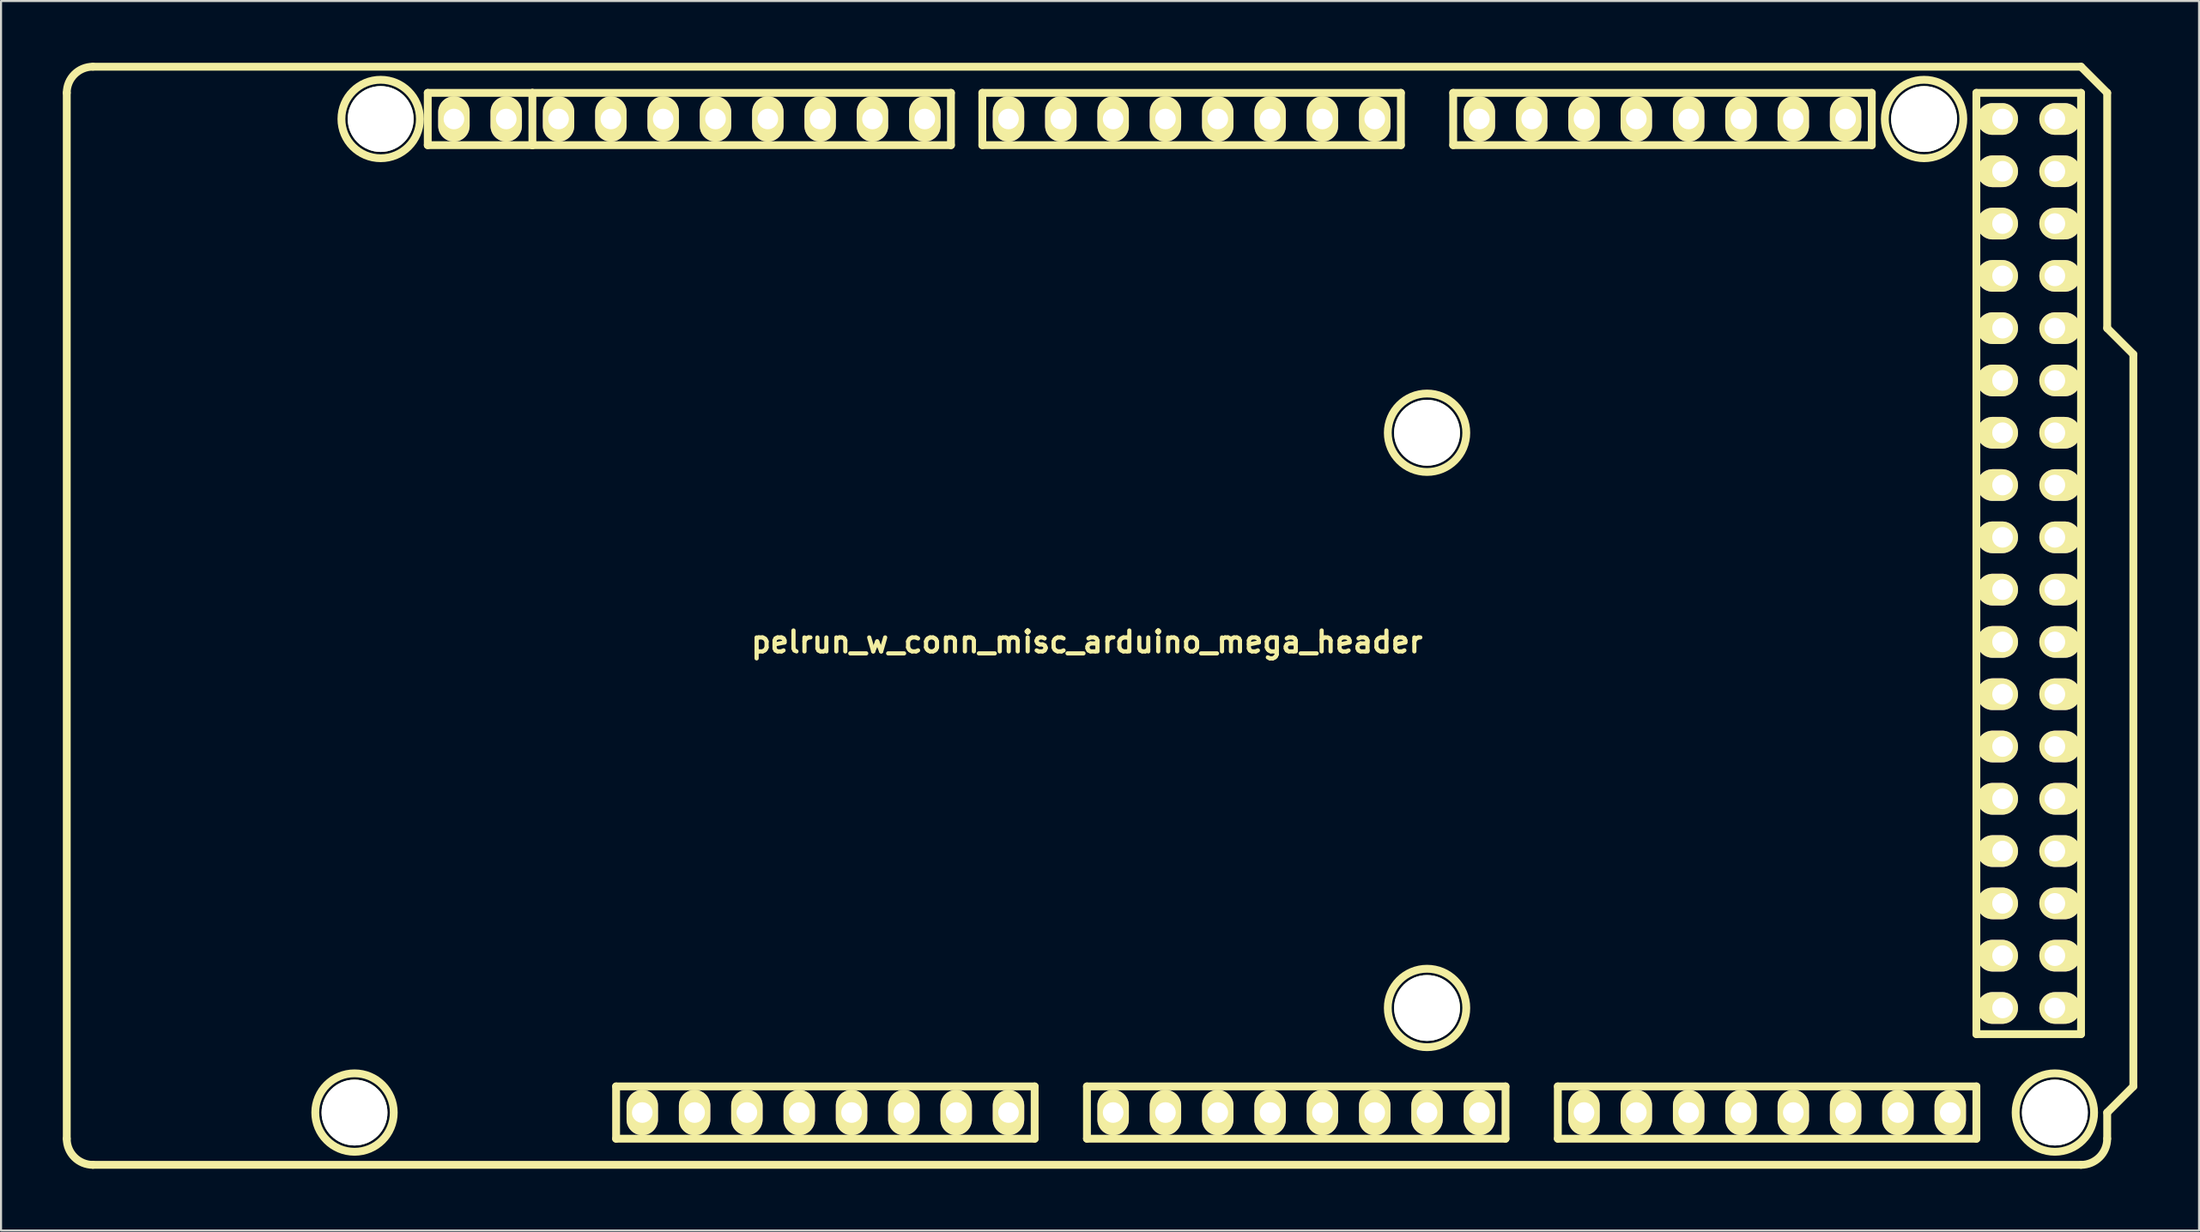
<source format=kicad_pcb>
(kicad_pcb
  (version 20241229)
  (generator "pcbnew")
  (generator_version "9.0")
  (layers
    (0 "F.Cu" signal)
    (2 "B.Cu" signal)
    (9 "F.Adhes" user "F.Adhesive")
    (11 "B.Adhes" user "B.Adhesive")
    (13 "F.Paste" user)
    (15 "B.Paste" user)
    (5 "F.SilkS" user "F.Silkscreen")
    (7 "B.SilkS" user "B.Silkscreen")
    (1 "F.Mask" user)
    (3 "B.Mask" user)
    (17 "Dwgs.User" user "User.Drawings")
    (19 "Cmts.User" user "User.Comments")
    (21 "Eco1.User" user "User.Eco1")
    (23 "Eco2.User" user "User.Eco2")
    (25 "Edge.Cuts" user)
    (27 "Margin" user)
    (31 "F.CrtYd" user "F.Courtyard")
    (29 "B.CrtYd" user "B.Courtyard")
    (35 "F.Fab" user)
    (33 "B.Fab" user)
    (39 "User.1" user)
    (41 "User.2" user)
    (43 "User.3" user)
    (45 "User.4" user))
  (footprint "pelrun_w_conn_misc_arduino_mega_header"
    (layer "F.Cu")
    (at 49.721 26.86)
    (property "Reference" "pelrun_w_conn_misc_arduino_mega_header" (at 0 1.27 0) (layer "F.SilkS") (effects (font (size 1.016 1.016) (thickness 0.203))))
    (attr through_hole)
    (fp_line (start -49.53 25.4) (end -49.53 -25.4) (stroke (width 0.381) (type solid)) (layer "F.SilkS"))
    (fp_line (start -48.26 -26.67) (end 48.26 -26.67) (stroke (width 0.381) (type solid)) (layer "F.SilkS"))
    (fp_line (start -48.26 26.67) (end 48.26 26.67) (stroke (width 0.381) (type solid)) (layer "F.SilkS"))
    (fp_line (start -32.004 -25.4) (end -32.004 -22.86) (stroke (width 0.381) (type solid)) (layer "F.SilkS"))
    (fp_line (start -32.004 -22.86) (end -26.924 -22.86) (stroke (width 0.381) (type solid)) (layer "F.SilkS"))
    (fp_line (start -26.924 -25.4) (end -32.004 -25.4) (stroke (width 0.381) (type solid)) (layer "F.SilkS"))
    (fp_line (start -26.924 -22.86) (end -26.924 -25.4) (stroke (width 0.381) (type solid)) (layer "F.SilkS"))
    (fp_line (start -22.86 25.4) (end -22.86 22.86) (stroke (width 0.381) (type solid)) (layer "F.SilkS"))
    (fp_line (start -22.86 25.4) (end -2.54 25.4) (stroke (width 0.381) (type solid)) (layer "F.SilkS"))
    (fp_line (start -6.604 -25.4) (end -26.924 -25.4) (stroke (width 0.381) (type solid)) (layer "F.SilkS"))
    (fp_line (start -6.604 -22.86) (end -26.924 -22.86) (stroke (width 0.381) (type solid)) (layer "F.SilkS"))
    (fp_line (start -6.604 -22.86) (end -6.604 -25.4) (stroke (width 0.381) (type solid)) (layer "F.SilkS"))
    (fp_line (start -5.08 -25.4) (end 15.24 -25.4) (stroke (width 0.381) (type solid)) (layer "F.SilkS"))
    (fp_line (start -5.08 -22.86) (end -5.08 -25.4) (stroke (width 0.381) (type solid)) (layer "F.SilkS"))
    (fp_line (start -2.54 22.86) (end -22.86 22.86) (stroke (width 0.381) (type solid)) (layer "F.SilkS"))
    (fp_line (start -2.54 22.86) (end -2.54 25.4) (stroke (width 0.381) (type solid)) (layer "F.SilkS"))
    (fp_line (start 0 22.86) (end 0 25.4) (stroke (width 0.381) (type solid)) (layer "F.SilkS"))
    (fp_line (start 0 25.4) (end 20.32 25.4) (stroke (width 0.381) (type solid)) (layer "F.SilkS"))
    (fp_line (start 15.24 -25.4) (end 15.24 -22.86) (stroke (width 0.381) (type solid)) (layer "F.SilkS"))
    (fp_line (start 15.24 -22.86) (end -5.08 -22.86) (stroke (width 0.381) (type solid)) (layer "F.SilkS"))
    (fp_line (start 17.78 -25.4) (end 17.78 -22.86) (stroke (width 0.381) (type solid)) (layer "F.SilkS"))
    (fp_line (start 17.78 -22.86) (end 38.1 -22.86) (stroke (width 0.381) (type solid)) (layer "F.SilkS"))
    (fp_line (start 20.32 22.86) (end 0 22.86) (stroke (width 0.381) (type solid)) (layer "F.SilkS"))
    (fp_line (start 20.32 25.4) (end 20.32 22.86) (stroke (width 0.381) (type solid)) (layer "F.SilkS"))
    (fp_line (start 22.86 22.86) (end 43.18 22.86) (stroke (width 0.381) (type solid)) (layer "F.SilkS"))
    (fp_line (start 22.86 25.4) (end 22.86 22.86) (stroke (width 0.381) (type solid)) (layer "F.SilkS"))
    (fp_line (start 38.1 -25.4) (end 17.78 -25.4) (stroke (width 0.381) (type solid)) (layer "F.SilkS"))
    (fp_line (start 38.1 -22.86) (end 38.1 -25.4) (stroke (width 0.381) (type solid)) (layer "F.SilkS"))
    (fp_line (start 43.18 -25.4) (end 43.18 20.32) (stroke (width 0.381) (type solid)) (layer "F.SilkS"))
    (fp_line (start 43.18 20.32) (end 48.26 20.32) (stroke (width 0.381) (type solid)) (layer "F.SilkS"))
    (fp_line (start 43.18 22.86) (end 43.18 25.4) (stroke (width 0.381) (type solid)) (layer "F.SilkS"))
    (fp_line (start 43.18 25.4) (end 22.86 25.4) (stroke (width 0.381) (type solid)) (layer "F.SilkS"))
    (fp_line (start 48.26 -26.67) (end 49.53 -25.4) (stroke (width 0.381) (type solid)) (layer "F.SilkS"))
    (fp_line (start 48.26 -25.4) (end 43.18 -25.4) (stroke (width 0.381) (type solid)) (layer "F.SilkS"))
    (fp_line (start 48.26 20.32) (end 48.26 -25.4) (stroke (width 0.381) (type solid)) (layer "F.SilkS"))
    (fp_line (start 49.53 -25.4) (end 49.53 -13.97) (stroke (width 0.381) (type solid)) (layer "F.SilkS"))
    (fp_line (start 49.53 -13.97) (end 50.8 -12.7) (stroke (width 0.381) (type solid)) (layer "F.SilkS"))
    (fp_line (start 49.53 24.13) (end 49.53 25.4) (stroke (width 0.381) (type solid)) (layer "F.SilkS"))
    (fp_line (start 50.8 -12.7) (end 50.8 22.86) (stroke (width 0.381) (type solid)) (layer "F.SilkS"))
    (fp_line (start 50.8 22.86) (end 49.53 24.13) (stroke (width 0.381) (type solid)) (layer "F.SilkS"))
    (fp_arc (start -49.53 -25.4) (mid -49.158026 -26.298026) (end -48.26 -26.67) (stroke (width 0.381) (type solid)) (layer "F.SilkS"))
    (fp_arc (start -48.26 26.67) (mid -49.158026 26.298026) (end -49.53 25.4) (stroke (width 0.381) (type solid)) (layer "F.SilkS"))
    (fp_arc (start 49.53 25.4) (mid 49.158026 26.298026) (end 48.26 26.67) (stroke (width 0.381) (type solid)) (layer "F.SilkS"))
    (fp_circle (center -35.56 24.13) (end -33.655 24.13) (stroke (width 0.381) (type solid)) (fill no) (layer "F.SilkS"))
    (fp_circle (center -34.29 -24.13) (end -32.385 -24.13) (stroke (width 0.381) (type solid)) (fill no) (layer "F.SilkS"))
    (fp_circle (center 16.51 -8.89) (end 18.415 -8.89) (stroke (width 0.381) (type solid)) (fill no) (layer "F.SilkS"))
    (fp_circle (center 16.51 19.05) (end 18.415 19.05) (stroke (width 0.381) (type solid)) (fill no) (layer "F.SilkS"))
    (fp_circle (center 40.64 -24.13) (end 42.545 -24.13) (stroke (width 0.381) (type solid)) (fill no) (layer "F.SilkS"))
    (fp_circle (center 46.99 24.13) (end 48.895 24.13) (stroke (width 0.381) (type solid)) (fill no) (layer "F.SilkS"))
    (pad "" np_thru_hole circle (at -35.56 24.13) (size 3.198 3.198) (drill 3.198) (layers "*.Cu" "*.Mask" "F.SilkS"))
    (pad "" np_thru_hole circle (at -34.29 -24.13) (size 3.198 3.198) (drill 3.198) (layers "*.Cu" "*.Mask" "F.SilkS"))
    (pad "" np_thru_hole circle (at 16.51 -8.89) (size 3.198 3.198) (drill 3.198) (layers "*.Cu" "*.Mask" "F.SilkS"))
    (pad "" np_thru_hole circle (at 16.51 19.05) (size 3.198 3.198) (drill 3.198) (layers "*.Cu" "*.Mask" "F.SilkS"))
    (pad "" np_thru_hole circle (at 40.64 -24.13) (size 3.198 3.198) (drill 3.198) (layers "*.Cu" "*.Mask" "F.SilkS"))
    (pad "" np_thru_hole circle (at 46.99 24.13) (size 3.198 3.198) (drill 3.198) (layers "*.Cu" "*.Mask" "F.SilkS"))
    (pad "1" thru_hole oval (at -21.59 24.13) (size 1.524 2.2) (drill 1.001) (layers "*.Cu" "*.Mask" "F.SilkS"))
    (pad "2" thru_hole oval (at -19.05 24.13) (size 1.524 2.2) (drill 1.001) (layers "*.Cu" "*.Mask" "F.SilkS"))
    (pad "3" thru_hole oval (at -16.51 24.13) (size 1.524 2.2) (drill 1.001) (layers "*.Cu" "*.Mask" "F.SilkS"))
    (pad "4" thru_hole oval (at -13.97 24.13) (size 1.524 2.2) (drill 1.001) (layers "*.Cu" "*.Mask" "F.SilkS"))
    (pad "5" thru_hole oval (at -11.43 24.13) (size 1.524 2.2) (drill 1.001) (layers "*.Cu" "*.Mask" "F.SilkS"))
    (pad "6" thru_hole oval (at -8.89 24.13) (size 1.524 2.2) (drill 1.001) (layers "*.Cu" "*.Mask" "F.SilkS"))
    (pad "7" thru_hole oval (at -6.35 24.13) (size 1.524 2.2) (drill 1.001) (layers "*.Cu" "*.Mask" "F.SilkS"))
    (pad "8" thru_hole oval (at -3.81 24.13) (size 1.524 2.2) (drill 1.001) (layers "*.Cu" "*.Mask" "F.SilkS"))
    (pad "9" thru_hole oval (at 1.27 24.13) (size 1.524 2.2) (drill 1.001) (layers "*.Cu" "*.Mask" "F.SilkS"))
    (pad "10" thru_hole oval (at 3.81 24.13) (size 1.524 2.2) (drill 1.001) (layers "*.Cu" "*.Mask" "F.SilkS"))
    (pad "11" thru_hole oval (at 6.35 24.13) (size 1.524 2.2) (drill 1.001) (layers "*.Cu" "*.Mask" "F.SilkS"))
    (pad "12" thru_hole oval (at 8.89 24.13) (size 1.524 2.2) (drill 1.001) (layers "*.Cu" "*.Mask" "F.SilkS"))
    (pad "13" thru_hole oval (at 11.43 24.13) (size 1.524 2.2) (drill 1.001) (layers "*.Cu" "*.Mask" "F.SilkS"))
    (pad "14" thru_hole oval (at 13.97 24.13) (size 1.524 2.2) (drill 1.001) (layers "*.Cu" "*.Mask" "F.SilkS"))
    (pad "15" thru_hole oval (at 16.51 24.13) (size 1.524 2.2) (drill 1.001) (layers "*.Cu" "*.Mask" "F.SilkS"))
    (pad "16" thru_hole oval (at 19.05 24.13) (size 1.524 2.2) (drill 1.001) (layers "*.Cu" "*.Mask" "F.SilkS"))
    (pad "17" thru_hole oval (at 24.13 24.13) (size 1.524 2.2) (drill 1.001) (layers "*.Cu" "*.Mask" "F.SilkS"))
    (pad "18" thru_hole oval (at 26.67 24.13) (size 1.524 2.2) (drill 1.001) (layers "*.Cu" "*.Mask" "F.SilkS"))
    (pad "19" thru_hole oval (at 29.21 24.13) (size 1.524 2.2) (drill 1.001) (layers "*.Cu" "*.Mask" "F.SilkS"))
    (pad "20" thru_hole oval (at 31.75 24.13) (size 1.524 2.197) (drill 1.001) (layers "*.Cu" "*.Mask" "F.SilkS"))
    (pad "21" thru_hole oval (at 34.29 24.13) (size 1.524 2.197) (drill 1.001) (layers "*.Cu" "*.Mask" "F.SilkS"))
    (pad "22" thru_hole oval (at 36.83 24.13) (size 1.524 2.197) (drill 1.001) (layers "*.Cu" "*.Mask" "F.SilkS"))
    (pad "23" thru_hole oval (at 39.37 24.13) (size 1.524 2.197) (drill 1.001) (layers "*.Cu" "*.Mask" "F.SilkS"))
    (pad "24" thru_hole oval (at 41.91 24.13) (size 1.524 2.197) (drill 1.001) (layers "*.Cu" "*.Mask" "F.SilkS"))
    (pad "25" thru_hole oval (at 44.45 19.05) (size 1.999 1.539) (drill 1.001 (offset -0.249 0)) (layers "*.Cu" "*.Mask" "F.SilkS"))
    (pad "26" thru_hole oval (at 44.45 16.51) (size 1.999 1.539) (drill 1.001 (offset -0.249 0)) (layers "*.Cu" "*.Mask" "F.SilkS"))
    (pad "27" thru_hole oval (at 44.45 13.97) (size 1.999 1.539) (drill 1.001 (offset -0.249 0)) (layers "*.Cu" "*.Mask" "F.SilkS"))
    (pad "28" thru_hole oval (at 44.45 11.43) (size 1.999 1.539) (drill 1.001 (offset -0.249 0)) (layers "*.Cu" "*.Mask" "F.SilkS"))
    (pad "29" thru_hole oval (at 44.45 8.89) (size 1.999 1.539) (drill 1.001 (offset -0.249 0)) (layers "*.Cu" "*.Mask" "F.SilkS"))
    (pad "30" thru_hole oval (at 44.45 6.35) (size 1.999 1.539) (drill 1.001 (offset -0.249 0)) (layers "*.Cu" "*.Mask" "F.SilkS"))
    (pad "31" thru_hole oval (at 44.45 3.81) (size 1.999 1.539) (drill 1.001 (offset -0.249 0)) (layers "*.Cu" "*.Mask" "F.SilkS"))
    (pad "32" thru_hole oval (at 44.45 1.27) (size 1.999 1.539) (drill 1.001 (offset -0.249 0)) (layers "*.Cu" "*.Mask" "F.SilkS"))
    (pad "33" thru_hole oval (at 44.45 -1.27) (size 1.999 1.539) (drill 1.001 (offset -0.249 0)) (layers "*.Cu" "*.Mask" "F.SilkS"))
    (pad "34" thru_hole oval (at 44.45 -3.81) (size 1.999 1.539) (drill 1.001 (offset -0.249 0)) (layers "*.Cu" "*.Mask" "F.SilkS"))
    (pad "35" thru_hole oval (at 44.45 -6.35) (size 1.999 1.539) (drill 1.001 (offset -0.249 0)) (layers "*.Cu" "*.Mask" "F.SilkS"))
    (pad "36" thru_hole oval (at 44.45 -8.89) (size 1.999 1.539) (drill 1.001 (offset -0.249 0)) (layers "*.Cu" "*.Mask" "F.SilkS"))
    (pad "37" thru_hole oval (at 44.45 -11.43) (size 1.999 1.539) (drill 1.001 (offset -0.249 0)) (layers "*.Cu" "*.Mask" "F.SilkS"))
    (pad "38" thru_hole oval (at 44.45 -13.97) (size 1.999 1.539) (drill 1.001 (offset -0.249 0)) (layers "*.Cu" "*.Mask" "F.SilkS"))
    (pad "39" thru_hole oval (at 44.45 -16.51) (size 1.999 1.539) (drill 1.001 (offset -0.249 0)) (layers "*.Cu" "*.Mask" "F.SilkS"))
    (pad "40" thru_hole oval (at 44.45 -19.05) (size 1.999 1.539) (drill 1.001 (offset -0.249 0)) (layers "*.Cu" "*.Mask" "F.SilkS"))
    (pad "41" thru_hole oval (at 44.45 -21.59) (size 1.999 1.539) (drill 1.001 (offset -0.249 0)) (layers "*.Cu" "*.Mask" "F.SilkS"))
    (pad "42" thru_hole oval (at 44.45 -24.13) (size 1.999 1.539) (drill 1.001 (offset -0.249 0)) (layers "*.Cu" "*.Mask" "F.SilkS"))
    (pad "43" thru_hole oval (at 46.99 19.05) (size 1.999 1.537) (drill 1.001 (offset 0.246 0)) (layers "*.Cu" "*.Mask" "F.SilkS"))
    (pad "44" thru_hole oval (at 46.99 16.51) (size 1.999 1.537) (drill 1.001 (offset 0.246 0)) (layers "*.Cu" "*.Mask" "F.SilkS"))
    (pad "45" thru_hole oval (at 46.99 13.97) (size 1.999 1.537) (drill 1.001 (offset 0.246 0)) (layers "*.Cu" "*.Mask" "F.SilkS"))
    (pad "46" thru_hole oval (at 46.99 11.43) (size 1.999 1.537) (drill 1.001 (offset 0.246 0)) (layers "*.Cu" "*.Mask" "F.SilkS"))
    (pad "47" thru_hole oval (at 46.99 8.89) (size 1.999 1.537) (drill 1.001 (offset 0.246 0)) (layers "*.Cu" "*.Mask" "F.SilkS"))
    (pad "48" thru_hole oval (at 46.99 6.35) (size 1.999 1.537) (drill 1.001 (offset 0.246 0)) (layers "*.Cu" "*.Mask" "F.SilkS"))
    (pad "49" thru_hole oval (at 46.99 3.81) (size 1.999 1.537) (drill 1.001 (offset 0.246 0)) (layers "*.Cu" "*.Mask" "F.SilkS"))
    (pad "50" thru_hole oval (at 46.99 1.27) (size 1.999 1.537) (drill 1.001 (offset 0.246 0)) (layers "*.Cu" "*.Mask" "F.SilkS"))
    (pad "51" thru_hole oval (at 46.99 -1.27) (size 1.999 1.537) (drill 1.001 (offset 0.246 0)) (layers "*.Cu" "*.Mask" "F.SilkS"))
    (pad "52" thru_hole oval (at 46.99 -3.81) (size 1.999 1.537) (drill 1.001 (offset 0.246 0)) (layers "*.Cu" "*.Mask" "F.SilkS"))
    (pad "53" thru_hole oval (at 46.99 -6.35) (size 1.999 1.537) (drill 1.001 (offset 0.246 0)) (layers "*.Cu" "*.Mask" "F.SilkS"))
    (pad "54" thru_hole oval (at 46.99 -8.89) (size 1.999 1.537) (drill 1.001 (offset 0.246 0)) (layers "*.Cu" "*.Mask" "F.SilkS"))
    (pad "55" thru_hole oval (at 46.99 -11.43) (size 1.999 1.537) (drill 1.001 (offset 0.246 0)) (layers "*.Cu" "*.Mask" "F.SilkS"))
    (pad "56" thru_hole oval (at 46.99 -13.97) (size 1.999 1.537) (drill 1.001 (offset 0.246 0)) (layers "*.Cu" "*.Mask" "F.SilkS"))
    (pad "57" thru_hole oval (at 46.99 -16.51) (size 1.999 1.537) (drill 1.001 (offset 0.246 0)) (layers "*.Cu" "*.Mask" "F.SilkS"))
    (pad "58" thru_hole oval (at 46.99 -19.05) (size 1.999 1.537) (drill 1.001 (offset 0.246 0)) (layers "*.Cu" "*.Mask" "F.SilkS"))
    (pad "59" thru_hole oval (at 46.99 -21.59) (size 1.999 1.537) (drill 1.001 (offset 0.246 0)) (layers "*.Cu" "*.Mask" "F.SilkS"))
    (pad "60" thru_hole oval (at 46.99 -24.13) (size 1.999 1.537) (drill 1.001 (offset 0.246 0)) (layers "*.Cu" "*.Mask" "F.SilkS"))
    (pad "61" thru_hole oval (at 36.83 -24.13) (size 1.524 2.197) (drill 1.001) (layers "*.Cu" "*.Mask" "F.SilkS"))
    (pad "62" thru_hole oval (at 34.29 -24.13) (size 1.524 2.197) (drill 1.001) (layers "*.Cu" "*.Mask" "F.SilkS"))
    (pad "63" thru_hole oval (at 31.75 -24.13) (size 1.524 2.197) (drill 1.001) (layers "*.Cu" "*.Mask" "F.SilkS"))
    (pad "64" thru_hole oval (at 29.21 -24.13) (size 1.524 2.197) (drill 1.001) (layers "*.Cu" "*.Mask" "F.SilkS"))
    (pad "65" thru_hole oval (at 26.67 -24.13) (size 1.524 2.197) (drill 1.001) (layers "*.Cu" "*.Mask" "F.SilkS"))
    (pad "66" thru_hole oval (at 24.13 -24.13) (size 1.524 2.197) (drill 1.001) (layers "*.Cu" "*.Mask" "F.SilkS"))
    (pad "67" thru_hole oval (at 21.59 -24.13) (size 1.524 2.197) (drill 1.001) (layers "*.Cu" "*.Mask" "F.SilkS"))
    (pad "68" thru_hole oval (at 19.05 -24.13) (size 1.524 2.197) (drill 1.001) (layers "*.Cu" "*.Mask" "F.SilkS"))
    (pad "69" thru_hole oval (at 13.97 -24.13) (size 1.524 2.197) (drill 1.001) (layers "*.Cu" "*.Mask" "F.SilkS"))
    (pad "70" thru_hole oval (at 11.43 -24.13) (size 1.524 2.197) (drill 1.001) (layers "*.Cu" "*.Mask" "F.SilkS"))
    (pad "71" thru_hole oval (at 8.89 -24.13) (size 1.524 2.197) (drill 1.001) (layers "*.Cu" "*.Mask" "F.SilkS"))
    (pad "72" thru_hole oval (at 6.35 -24.13) (size 1.524 2.197) (drill 1.001) (layers "*.Cu" "*.Mask" "F.SilkS"))
    (pad "73" thru_hole oval (at 3.81 -24.13) (size 1.524 2.197) (drill 1.001) (layers "*.Cu" "*.Mask" "F.SilkS"))
    (pad "74" thru_hole oval (at 1.27 -24.13) (size 1.524 2.197) (drill 1.001) (layers "*.Cu" "*.Mask" "F.SilkS"))
    (pad "75" thru_hole oval (at -1.27 -24.13) (size 1.524 2.197) (drill 1.001) (layers "*.Cu" "*.Mask" "F.SilkS"))
    (pad "76" thru_hole oval (at -3.81 -24.13) (size 1.524 2.197) (drill 1.001) (layers "*.Cu" "*.Mask" "F.SilkS"))
    (pad "77" thru_hole oval (at -7.874 -24.13) (size 1.524 2.197) (drill 1.001) (layers "*.Cu" "*.Mask" "F.SilkS"))
    (pad "78" thru_hole oval (at -10.414 -24.13) (size 1.524 2.197) (drill 1.001) (layers "*.Cu" "*.Mask" "F.SilkS"))
    (pad "79" thru_hole oval (at -12.954 -24.13) (size 1.524 2.197) (drill 1.001) (layers "*.Cu" "*.Mask" "F.SilkS"))
    (pad "80" thru_hole oval (at -15.494 -24.13) (size 1.524 2.197) (drill 1.001) (layers "*.Cu" "*.Mask" "F.SilkS"))
    (pad "81" thru_hole oval (at -18.034 -24.13) (size 1.524 2.197) (drill 1.001) (layers "*.Cu" "*.Mask" "F.SilkS"))
    (pad "82" thru_hole oval (at -20.574 -24.13) (size 1.524 2.197) (drill 1.001) (layers "*.Cu" "*.Mask" "F.SilkS"))
    (pad "83" thru_hole oval (at -23.114 -24.13) (size 1.524 2.197) (drill 1.001) (layers "*.Cu" "*.Mask" "F.SilkS"))
    (pad "84" thru_hole oval (at -25.654 -24.13) (size 1.524 2.197) (drill 1.001) (layers "*.Cu" "*.Mask" "F.SilkS"))
    (pad "85" thru_hole oval (at -28.194 -24.13) (size 1.524 2.197) (drill 1.001) (layers "*.Cu" "*.Mask" "F.SilkS"))
    (pad "86" thru_hole oval (at -30.734 -24.13) (size 1.524 2.197) (drill 1.001) (layers "*.Cu" "*.Mask" "F.SilkS")))
  (gr_rect
    (start -3 -3)
    (end 103.711 56.721)
    (stroke (width 0.1) (type default))
    (fill no)
    (layer "Edge.Cuts")))
</source>
